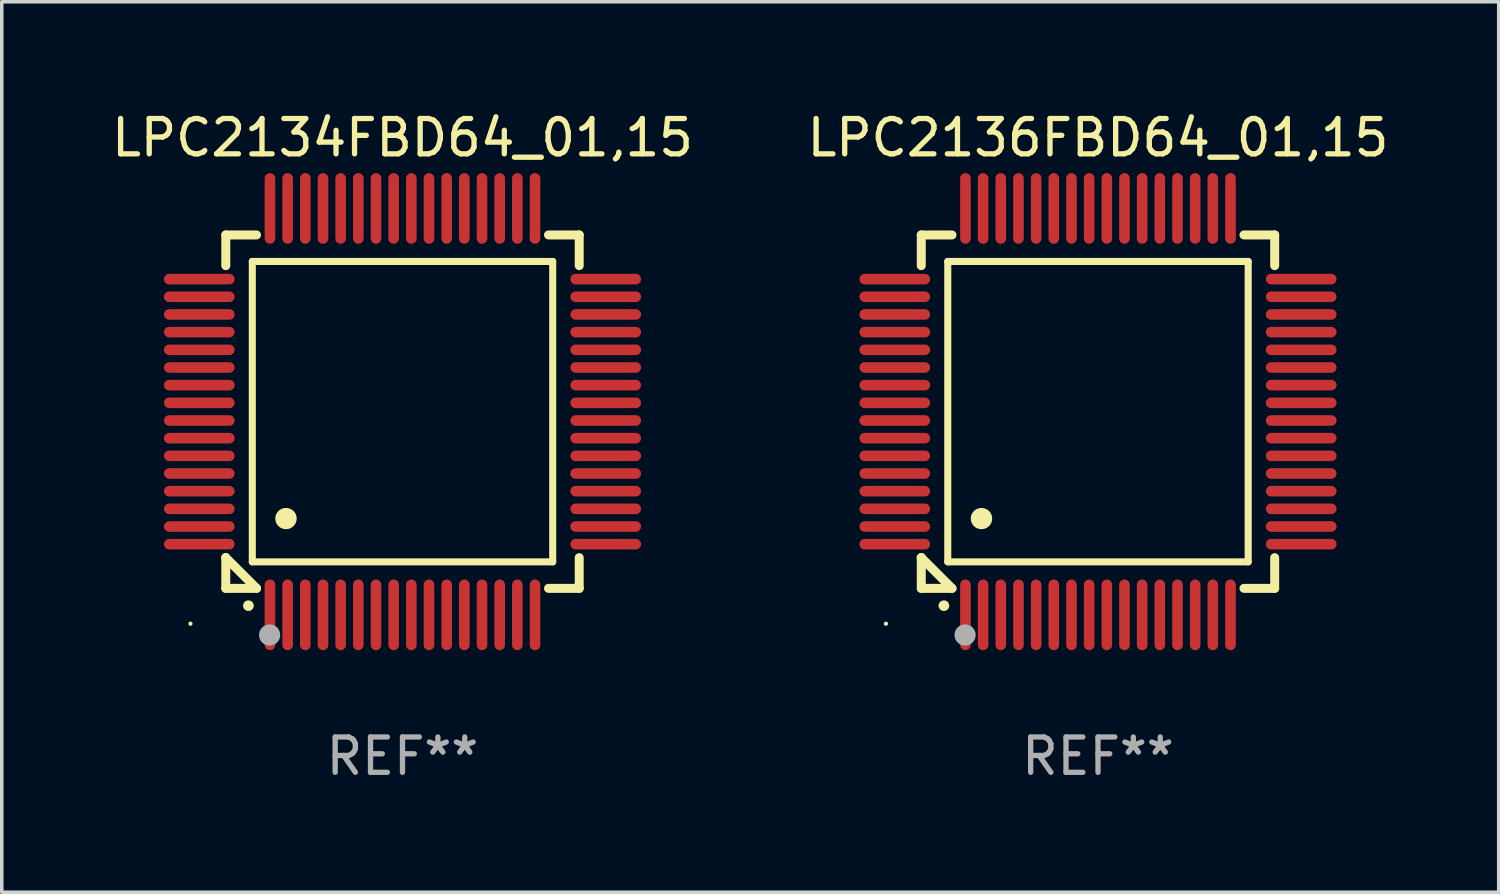
<source format=kicad_pcb>
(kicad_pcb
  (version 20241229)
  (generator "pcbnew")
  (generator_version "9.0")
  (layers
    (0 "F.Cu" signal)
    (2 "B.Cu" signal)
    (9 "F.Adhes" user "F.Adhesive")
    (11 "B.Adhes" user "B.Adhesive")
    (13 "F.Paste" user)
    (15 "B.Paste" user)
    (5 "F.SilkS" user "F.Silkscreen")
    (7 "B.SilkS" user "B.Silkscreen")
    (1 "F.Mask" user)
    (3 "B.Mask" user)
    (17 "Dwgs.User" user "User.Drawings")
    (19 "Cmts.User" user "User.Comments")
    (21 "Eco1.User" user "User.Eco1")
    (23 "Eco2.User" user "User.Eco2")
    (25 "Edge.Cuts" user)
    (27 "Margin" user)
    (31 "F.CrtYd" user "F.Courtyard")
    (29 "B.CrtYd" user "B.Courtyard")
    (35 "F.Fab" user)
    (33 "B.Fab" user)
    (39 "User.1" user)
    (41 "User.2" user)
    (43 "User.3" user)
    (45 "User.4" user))
  (footprint "LPC2136FBD64_01,15"
    (layer "F.Cu")
    (at 28.018 8.598)
    (property "Reference" "LPC2136FBD64_01,15" (at 0 -7.75 0) (layer "F.SilkS") (effects (font (size 1 1) (thickness 0.15))))
    (attr through_hole)
    (fp_line (start -5 -5) (end -4.131 -5) (stroke (width 0.254) (type solid)) (layer "F.SilkS"))
    (fp_line (start -5 -4.131) (end -5 -5) (stroke (width 0.254) (type solid)) (layer "F.SilkS"))
    (fp_line (start -5 4.131) (end -5 4.131) (stroke (width 0.254) (type solid)) (layer "F.SilkS"))
    (fp_line (start -5 5) (end -5 4.131) (stroke (width 0.254) (type solid)) (layer "F.SilkS"))
    (fp_line (start -5 4.131) (end -4.131 5) (stroke (width 0.254) (type solid)) (layer "F.SilkS"))
    (fp_line (start -4.25 -4.25) (end -4.25 4.25) (stroke (width 0.2) (type solid)) (layer "F.SilkS"))
    (fp_line (start -4.25 4.25) (end 4.25 4.25) (stroke (width 0.2) (type solid)) (layer "F.SilkS"))
    (fp_line (start -4.131 5) (end -5 5) (stroke (width 0.254) (type solid)) (layer "F.SilkS"))
    (fp_line (start 4.25 -4.25) (end -4.25 -4.25) (stroke (width 0.2) (type solid)) (layer "F.SilkS"))
    (fp_line (start 4.25 4.25) (end 4.25 -4.25) (stroke (width 0.2) (type solid)) (layer "F.SilkS"))
    (fp_line (start 5 -5) (end 4.131 -5) (stroke (width 0.254) (type solid)) (layer "F.SilkS"))
    (fp_line (start 5 -5) (end 5 -4.131) (stroke (width 0.254) (type solid)) (layer "F.SilkS"))
    (fp_line (start 5 4.131) (end 5 5) (stroke (width 0.254) (type solid)) (layer "F.SilkS"))
    (fp_line (start 5 5) (end 4.131 5) (stroke (width 0.254) (type solid)) (layer "F.SilkS"))
    (fp_arc (start -4.361265 5.489992) (mid -4.359995 5.489987) (end -4.358725 5.489992) (stroke (width 0.3) (type solid)) (layer "F.SilkS"))
    (fp_arc (start -3.299467 3.025146) (mid -3.296927 3.025135) (end -3.294387 3.025146) (stroke (width 0.6) (type solid)) (layer "F.SilkS"))
    (fp_circle (center -6 6) (end -5.97 6) (stroke (width 0.06) (type solid)) (fill no) (layer "F.SilkS"))
    (fp_circle (center -3.76 6.32) (end -3.61 6.32) (stroke (width 0.3) (type solid)) (fill no) (layer "F.Fab"))
    (fp_text user "REF**" (at 0 9.75 0) (layer "F.Fab") (effects (font (size 1 1) (thickness 0.15))))
    (pad "1" smd oval (at -3.75 5.75) (size 0.3 2) (layers "F.Cu" "F.Mask" "F.Paste"))
    (pad "2" smd oval (at -3.25 5.75) (size 0.3 2) (layers "F.Cu" "F.Mask" "F.Paste"))
    (pad "3" smd oval (at -2.75 5.75) (size 0.3 2) (layers "F.Cu" "F.Mask" "F.Paste"))
    (pad "4" smd oval (at -2.25 5.75) (size 0.3 2) (layers "F.Cu" "F.Mask" "F.Paste"))
    (pad "5" smd oval (at -1.75 5.75) (size 0.3 2) (layers "F.Cu" "F.Mask" "F.Paste"))
    (pad "6" smd oval (at -1.25 5.75) (size 0.3 2) (layers "F.Cu" "F.Mask" "F.Paste"))
    (pad "7" smd oval (at -0.75 5.75) (size 0.3 2) (layers "F.Cu" "F.Mask" "F.Paste"))
    (pad "8" smd oval (at -0.25 5.75) (size 0.3 2) (layers "F.Cu" "F.Mask" "F.Paste"))
    (pad "9" smd oval (at 0.25 5.75) (size 0.3 2) (layers "F.Cu" "F.Mask" "F.Paste"))
    (pad "10" smd oval (at 0.75 5.75) (size 0.3 2) (layers "F.Cu" "F.Mask" "F.Paste"))
    (pad "11" smd oval (at 1.25 5.75) (size 0.3 2) (layers "F.Cu" "F.Mask" "F.Paste"))
    (pad "12" smd oval (at 1.75 5.75) (size 0.3 2) (layers "F.Cu" "F.Mask" "F.Paste"))
    (pad "13" smd oval (at 2.25 5.75) (size 0.3 2) (layers "F.Cu" "F.Mask" "F.Paste"))
    (pad "14" smd oval (at 2.75 5.75) (size 0.3 2) (layers "F.Cu" "F.Mask" "F.Paste"))
    (pad "15" smd oval (at 3.25 5.75) (size 0.3 2) (layers "F.Cu" "F.Mask" "F.Paste"))
    (pad "16" smd oval (at 3.75 5.75) (size 0.3 2) (layers "F.Cu" "F.Mask" "F.Paste"))
    (pad "17" smd oval (at 5.75 3.75) (size 2 0.3) (layers "F.Cu" "F.Mask" "F.Paste"))
    (pad "18" smd oval (at 5.75 3.25) (size 2 0.3) (layers "F.Cu" "F.Mask" "F.Paste"))
    (pad "19" smd oval (at 5.75 2.75) (size 2 0.3) (layers "F.Cu" "F.Mask" "F.Paste"))
    (pad "20" smd oval (at 5.75 2.25) (size 2 0.3) (layers "F.Cu" "F.Mask" "F.Paste"))
    (pad "21" smd oval (at 5.75 1.75) (size 2 0.3) (layers "F.Cu" "F.Mask" "F.Paste"))
    (pad "22" smd oval (at 5.75 1.25) (size 2 0.3) (layers "F.Cu" "F.Mask" "F.Paste"))
    (pad "23" smd oval (at 5.75 0.75) (size 2 0.3) (layers "F.Cu" "F.Mask" "F.Paste"))
    (pad "24" smd oval (at 5.75 0.25) (size 2 0.3) (layers "F.Cu" "F.Mask" "F.Paste"))
    (pad "25" smd oval (at 5.75 -0.25) (size 2 0.3) (layers "F.Cu" "F.Mask" "F.Paste"))
    (pad "26" smd oval (at 5.75 -0.75) (size 2 0.3) (layers "F.Cu" "F.Mask" "F.Paste"))
    (pad "27" smd oval (at 5.75 -1.25) (size 2 0.3) (layers "F.Cu" "F.Mask" "F.Paste"))
    (pad "28" smd oval (at 5.75 -1.75) (size 2 0.3) (layers "F.Cu" "F.Mask" "F.Paste"))
    (pad "29" smd oval (at 5.75 -2.25) (size 2 0.3) (layers "F.Cu" "F.Mask" "F.Paste"))
    (pad "30" smd oval (at 5.75 -2.75) (size 2 0.3) (layers "F.Cu" "F.Mask" "F.Paste"))
    (pad "31" smd oval (at 5.75 -3.25) (size 2 0.3) (layers "F.Cu" "F.Mask" "F.Paste"))
    (pad "32" smd oval (at 5.75 -3.75) (size 2 0.3) (layers "F.Cu" "F.Mask" "F.Paste"))
    (pad "33" smd oval (at 3.75 -5.75) (size 0.3 2) (layers "F.Cu" "F.Mask" "F.Paste"))
    (pad "34" smd oval (at 3.25 -5.75) (size 0.3 2) (layers "F.Cu" "F.Mask" "F.Paste"))
    (pad "35" smd oval (at 2.75 -5.75) (size 0.3 2) (layers "F.Cu" "F.Mask" "F.Paste"))
    (pad "36" smd oval (at 2.25 -5.75) (size 0.3 2) (layers "F.Cu" "F.Mask" "F.Paste"))
    (pad "37" smd oval (at 1.75 -5.75) (size 0.3 2) (layers "F.Cu" "F.Mask" "F.Paste"))
    (pad "38" smd oval (at 1.25 -5.75) (size 0.3 2) (layers "F.Cu" "F.Mask" "F.Paste"))
    (pad "39" smd oval (at 0.75 -5.75) (size 0.3 2) (layers "F.Cu" "F.Mask" "F.Paste"))
    (pad "40" smd oval (at 0.25 -5.75) (size 0.3 2) (layers "F.Cu" "F.Mask" "F.Paste"))
    (pad "41" smd oval (at -0.25 -5.75) (size 0.3 2) (layers "F.Cu" "F.Mask" "F.Paste"))
    (pad "42" smd oval (at -0.75 -5.75) (size 0.3 2) (layers "F.Cu" "F.Mask" "F.Paste"))
    (pad "43" smd oval (at -1.25 -5.75) (size 0.3 2) (layers "F.Cu" "F.Mask" "F.Paste"))
    (pad "44" smd oval (at -1.75 -5.75) (size 0.3 2) (layers "F.Cu" "F.Mask" "F.Paste"))
    (pad "45" smd oval (at -2.25 -5.75) (size 0.3 2) (layers "F.Cu" "F.Mask" "F.Paste"))
    (pad "46" smd oval (at -2.75 -5.75) (size 0.3 2) (layers "F.Cu" "F.Mask" "F.Paste"))
    (pad "47" smd oval (at -3.25 -5.75) (size 0.3 2) (layers "F.Cu" "F.Mask" "F.Paste"))
    (pad "48" smd oval (at -3.75 -5.75) (size 0.3 2) (layers "F.Cu" "F.Mask" "F.Paste"))
    (pad "49" smd oval (at -5.75 -3.75) (size 2 0.3) (layers "F.Cu" "F.Mask" "F.Paste"))
    (pad "50" smd oval (at -5.75 -3.25) (size 2 0.3) (layers "F.Cu" "F.Mask" "F.Paste"))
    (pad "51" smd oval (at -5.75 -2.75) (size 2 0.3) (layers "F.Cu" "F.Mask" "F.Paste"))
    (pad "52" smd oval (at -5.75 -2.25) (size 2 0.3) (layers "F.Cu" "F.Mask" "F.Paste"))
    (pad "53" smd oval (at -5.75 -1.75) (size 2 0.3) (layers "F.Cu" "F.Mask" "F.Paste"))
    (pad "54" smd oval (at -5.75 -1.25) (size 2 0.3) (layers "F.Cu" "F.Mask" "F.Paste"))
    (pad "55" smd oval (at -5.75 -0.75) (size 2 0.3) (layers "F.Cu" "F.Mask" "F.Paste"))
    (pad "56" smd oval (at -5.75 -0.25) (size 2 0.3) (layers "F.Cu" "F.Mask" "F.Paste"))
    (pad "57" smd oval (at -5.75 0.25) (size 2 0.3) (layers "F.Cu" "F.Mask" "F.Paste"))
    (pad "58" smd oval (at -5.75 0.75) (size 2 0.3) (layers "F.Cu" "F.Mask" "F.Paste"))
    (pad "59" smd oval (at -5.75 1.25) (size 2 0.3) (layers "F.Cu" "F.Mask" "F.Paste"))
    (pad "60" smd oval (at -5.75 1.75) (size 2 0.3) (layers "F.Cu" "F.Mask" "F.Paste"))
    (pad "61" smd oval (at -5.75 2.25) (size 2 0.3) (layers "F.Cu" "F.Mask" "F.Paste"))
    (pad "62" smd oval (at -5.75 2.75) (size 2 0.3) (layers "F.Cu" "F.Mask" "F.Paste"))
    (pad "63" smd oval (at -5.75 3.25) (size 2 0.3) (layers "F.Cu" "F.Mask" "F.Paste"))
    (pad "64" smd oval (at -5.75 3.75) (size 2 0.3) (layers "F.Cu" "F.Mask" "F.Paste")))
  (footprint "LPC2134FBD64_01,15"
    (layer "F.Cu")
    (at 8.339 8.598)
    (property "Reference" "LPC2134FBD64_01,15" (at 0 -7.75 0) (layer "F.SilkS") (effects (font (size 1 1) (thickness 0.15))))
    (attr through_hole)
    (fp_line (start -5 -5) (end -4.131 -5) (stroke (width 0.254) (type solid)) (layer "F.SilkS"))
    (fp_line (start -5 -4.131) (end -5 -5) (stroke (width 0.254) (type solid)) (layer "F.SilkS"))
    (fp_line (start -5 4.131) (end -5 4.131) (stroke (width 0.254) (type solid)) (layer "F.SilkS"))
    (fp_line (start -5 5) (end -5 4.131) (stroke (width 0.254) (type solid)) (layer "F.SilkS"))
    (fp_line (start -5 4.131) (end -4.131 5) (stroke (width 0.254) (type solid)) (layer "F.SilkS"))
    (fp_line (start -4.25 -4.25) (end -4.25 4.25) (stroke (width 0.2) (type solid)) (layer "F.SilkS"))
    (fp_line (start -4.25 4.25) (end 4.25 4.25) (stroke (width 0.2) (type solid)) (layer "F.SilkS"))
    (fp_line (start -4.131 5) (end -5 5) (stroke (width 0.254) (type solid)) (layer "F.SilkS"))
    (fp_line (start 4.25 -4.25) (end -4.25 -4.25) (stroke (width 0.2) (type solid)) (layer "F.SilkS"))
    (fp_line (start 4.25 4.25) (end 4.25 -4.25) (stroke (width 0.2) (type solid)) (layer "F.SilkS"))
    (fp_line (start 5 -5) (end 4.131 -5) (stroke (width 0.254) (type solid)) (layer "F.SilkS"))
    (fp_line (start 5 -5) (end 5 -4.131) (stroke (width 0.254) (type solid)) (layer "F.SilkS"))
    (fp_line (start 5 4.131) (end 5 5) (stroke (width 0.254) (type solid)) (layer "F.SilkS"))
    (fp_line (start 5 5) (end 4.131 5) (stroke (width 0.254) (type solid)) (layer "F.SilkS"))
    (fp_arc (start -4.361265 5.489992) (mid -4.359995 5.489987) (end -4.358725 5.489992) (stroke (width 0.3) (type solid)) (layer "F.SilkS"))
    (fp_arc (start -3.299467 3.025146) (mid -3.296927 3.025135) (end -3.294387 3.025146) (stroke (width 0.6) (type solid)) (layer "F.SilkS"))
    (fp_circle (center -6 6) (end -5.97 6) (stroke (width 0.06) (type solid)) (fill no) (layer "F.SilkS"))
    (fp_circle (center -3.76 6.32) (end -3.61 6.32) (stroke (width 0.3) (type solid)) (fill no) (layer "F.Fab"))
    (fp_text user "REF**" (at 0 9.75 0) (layer "F.Fab") (effects (font (size 1 1) (thickness 0.15))))
    (pad "1" smd oval (at -3.75 5.75) (size 0.3 2) (layers "F.Cu" "F.Mask" "F.Paste"))
    (pad "2" smd oval (at -3.25 5.75) (size 0.3 2) (layers "F.Cu" "F.Mask" "F.Paste"))
    (pad "3" smd oval (at -2.75 5.75) (size 0.3 2) (layers "F.Cu" "F.Mask" "F.Paste"))
    (pad "4" smd oval (at -2.25 5.75) (size 0.3 2) (layers "F.Cu" "F.Mask" "F.Paste"))
    (pad "5" smd oval (at -1.75 5.75) (size 0.3 2) (layers "F.Cu" "F.Mask" "F.Paste"))
    (pad "6" smd oval (at -1.25 5.75) (size 0.3 2) (layers "F.Cu" "F.Mask" "F.Paste"))
    (pad "7" smd oval (at -0.75 5.75) (size 0.3 2) (layers "F.Cu" "F.Mask" "F.Paste"))
    (pad "8" smd oval (at -0.25 5.75) (size 0.3 2) (layers "F.Cu" "F.Mask" "F.Paste"))
    (pad "9" smd oval (at 0.25 5.75) (size 0.3 2) (layers "F.Cu" "F.Mask" "F.Paste"))
    (pad "10" smd oval (at 0.75 5.75) (size 0.3 2) (layers "F.Cu" "F.Mask" "F.Paste"))
    (pad "11" smd oval (at 1.25 5.75) (size 0.3 2) (layers "F.Cu" "F.Mask" "F.Paste"))
    (pad "12" smd oval (at 1.75 5.75) (size 0.3 2) (layers "F.Cu" "F.Mask" "F.Paste"))
    (pad "13" smd oval (at 2.25 5.75) (size 0.3 2) (layers "F.Cu" "F.Mask" "F.Paste"))
    (pad "14" smd oval (at 2.75 5.75) (size 0.3 2) (layers "F.Cu" "F.Mask" "F.Paste"))
    (pad "15" smd oval (at 3.25 5.75) (size 0.3 2) (layers "F.Cu" "F.Mask" "F.Paste"))
    (pad "16" smd oval (at 3.75 5.75) (size 0.3 2) (layers "F.Cu" "F.Mask" "F.Paste"))
    (pad "17" smd oval (at 5.75 3.75) (size 2 0.3) (layers "F.Cu" "F.Mask" "F.Paste"))
    (pad "18" smd oval (at 5.75 3.25) (size 2 0.3) (layers "F.Cu" "F.Mask" "F.Paste"))
    (pad "19" smd oval (at 5.75 2.75) (size 2 0.3) (layers "F.Cu" "F.Mask" "F.Paste"))
    (pad "20" smd oval (at 5.75 2.25) (size 2 0.3) (layers "F.Cu" "F.Mask" "F.Paste"))
    (pad "21" smd oval (at 5.75 1.75) (size 2 0.3) (layers "F.Cu" "F.Mask" "F.Paste"))
    (pad "22" smd oval (at 5.75 1.25) (size 2 0.3) (layers "F.Cu" "F.Mask" "F.Paste"))
    (pad "23" smd oval (at 5.75 0.75) (size 2 0.3) (layers "F.Cu" "F.Mask" "F.Paste"))
    (pad "24" smd oval (at 5.75 0.25) (size 2 0.3) (layers "F.Cu" "F.Mask" "F.Paste"))
    (pad "25" smd oval (at 5.75 -0.25) (size 2 0.3) (layers "F.Cu" "F.Mask" "F.Paste"))
    (pad "26" smd oval (at 5.75 -0.75) (size 2 0.3) (layers "F.Cu" "F.Mask" "F.Paste"))
    (pad "27" smd oval (at 5.75 -1.25) (size 2 0.3) (layers "F.Cu" "F.Mask" "F.Paste"))
    (pad "28" smd oval (at 5.75 -1.75) (size 2 0.3) (layers "F.Cu" "F.Mask" "F.Paste"))
    (pad "29" smd oval (at 5.75 -2.25) (size 2 0.3) (layers "F.Cu" "F.Mask" "F.Paste"))
    (pad "30" smd oval (at 5.75 -2.75) (size 2 0.3) (layers "F.Cu" "F.Mask" "F.Paste"))
    (pad "31" smd oval (at 5.75 -3.25) (size 2 0.3) (layers "F.Cu" "F.Mask" "F.Paste"))
    (pad "32" smd oval (at 5.75 -3.75) (size 2 0.3) (layers "F.Cu" "F.Mask" "F.Paste"))
    (pad "33" smd oval (at 3.75 -5.75) (size 0.3 2) (layers "F.Cu" "F.Mask" "F.Paste"))
    (pad "34" smd oval (at 3.25 -5.75) (size 0.3 2) (layers "F.Cu" "F.Mask" "F.Paste"))
    (pad "35" smd oval (at 2.75 -5.75) (size 0.3 2) (layers "F.Cu" "F.Mask" "F.Paste"))
    (pad "36" smd oval (at 2.25 -5.75) (size 0.3 2) (layers "F.Cu" "F.Mask" "F.Paste"))
    (pad "37" smd oval (at 1.75 -5.75) (size 0.3 2) (layers "F.Cu" "F.Mask" "F.Paste"))
    (pad "38" smd oval (at 1.25 -5.75) (size 0.3 2) (layers "F.Cu" "F.Mask" "F.Paste"))
    (pad "39" smd oval (at 0.75 -5.75) (size 0.3 2) (layers "F.Cu" "F.Mask" "F.Paste"))
    (pad "40" smd oval (at 0.25 -5.75) (size 0.3 2) (layers "F.Cu" "F.Mask" "F.Paste"))
    (pad "41" smd oval (at -0.25 -5.75) (size 0.3 2) (layers "F.Cu" "F.Mask" "F.Paste"))
    (pad "42" smd oval (at -0.75 -5.75) (size 0.3 2) (layers "F.Cu" "F.Mask" "F.Paste"))
    (pad "43" smd oval (at -1.25 -5.75) (size 0.3 2) (layers "F.Cu" "F.Mask" "F.Paste"))
    (pad "44" smd oval (at -1.75 -5.75) (size 0.3 2) (layers "F.Cu" "F.Mask" "F.Paste"))
    (pad "45" smd oval (at -2.25 -5.75) (size 0.3 2) (layers "F.Cu" "F.Mask" "F.Paste"))
    (pad "46" smd oval (at -2.75 -5.75) (size 0.3 2) (layers "F.Cu" "F.Mask" "F.Paste"))
    (pad "47" smd oval (at -3.25 -5.75) (size 0.3 2) (layers "F.Cu" "F.Mask" "F.Paste"))
    (pad "48" smd oval (at -3.75 -5.75) (size 0.3 2) (layers "F.Cu" "F.Mask" "F.Paste"))
    (pad "49" smd oval (at -5.75 -3.75) (size 2 0.3) (layers "F.Cu" "F.Mask" "F.Paste"))
    (pad "50" smd oval (at -5.75 -3.25) (size 2 0.3) (layers "F.Cu" "F.Mask" "F.Paste"))
    (pad "51" smd oval (at -5.75 -2.75) (size 2 0.3) (layers "F.Cu" "F.Mask" "F.Paste"))
    (pad "52" smd oval (at -5.75 -2.25) (size 2 0.3) (layers "F.Cu" "F.Mask" "F.Paste"))
    (pad "53" smd oval (at -5.75 -1.75) (size 2 0.3) (layers "F.Cu" "F.Mask" "F.Paste"))
    (pad "54" smd oval (at -5.75 -1.25) (size 2 0.3) (layers "F.Cu" "F.Mask" "F.Paste"))
    (pad "55" smd oval (at -5.75 -0.75) (size 2 0.3) (layers "F.Cu" "F.Mask" "F.Paste"))
    (pad "56" smd oval (at -5.75 -0.25) (size 2 0.3) (layers "F.Cu" "F.Mask" "F.Paste"))
    (pad "57" smd oval (at -5.75 0.25) (size 2 0.3) (layers "F.Cu" "F.Mask" "F.Paste"))
    (pad "58" smd oval (at -5.75 0.75) (size 2 0.3) (layers "F.Cu" "F.Mask" "F.Paste"))
    (pad "59" smd oval (at -5.75 1.25) (size 2 0.3) (layers "F.Cu" "F.Mask" "F.Paste"))
    (pad "60" smd oval (at -5.75 1.75) (size 2 0.3) (layers "F.Cu" "F.Mask" "F.Paste"))
    (pad "61" smd oval (at -5.75 2.25) (size 2 0.3) (layers "F.Cu" "F.Mask" "F.Paste"))
    (pad "62" smd oval (at -5.75 2.75) (size 2 0.3) (layers "F.Cu" "F.Mask" "F.Paste"))
    (pad "63" smd oval (at -5.75 3.25) (size 2 0.3) (layers "F.Cu" "F.Mask" "F.Paste"))
    (pad "64" smd oval (at -5.75 3.75) (size 2 0.3) (layers "F.Cu" "F.Mask" "F.Paste")))
  (gr_rect
    (start -3 -3)
    (end 39.357 22.196)
    (stroke (width 0.1) (type default))
    (fill no)
    (layer "Edge.Cuts")))
</source>
